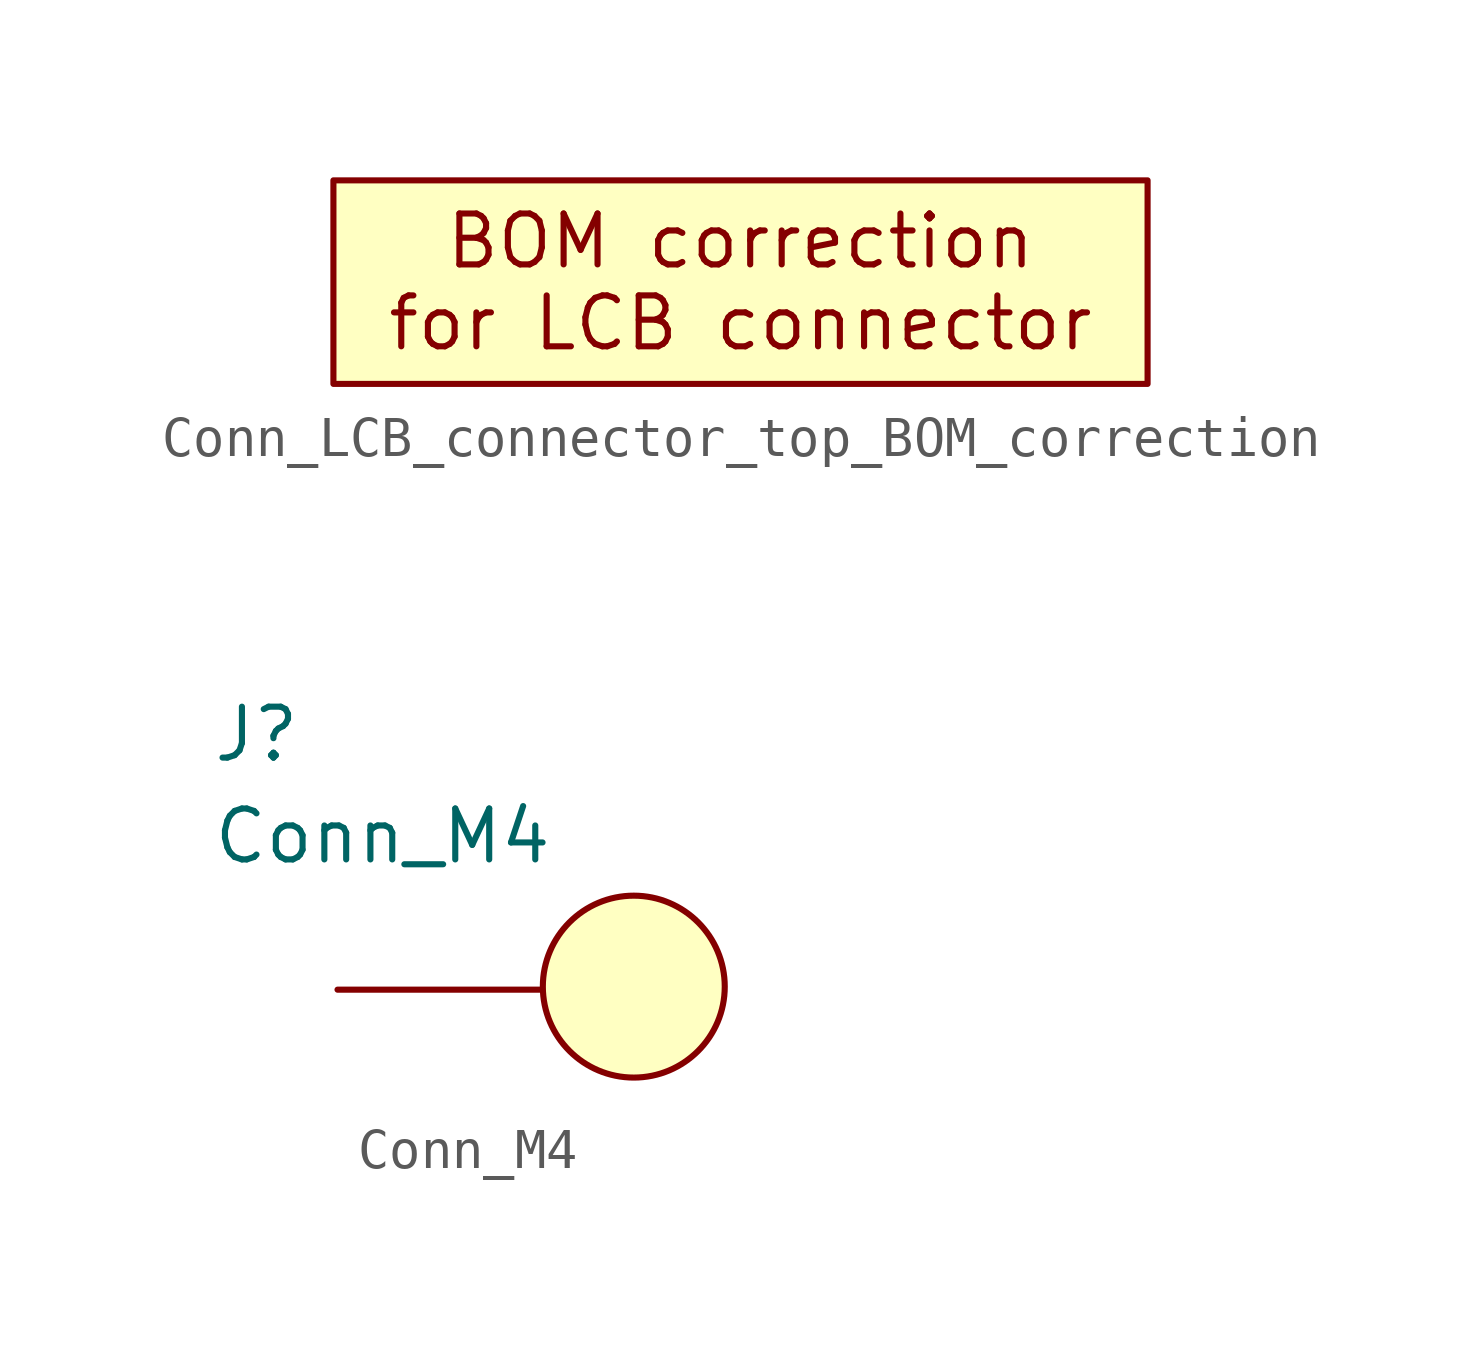
<source format=kicad_sym>
(kicad_symbol_lib
  (version 20220914)
  (generator kicad_symbol_editor)
  (symbol "Conn_LCB_connector_top_BOM_correction"
    (property "Reference" "J"
      (at -8.89 3.81 0)
      (effects (font (size 1.27 1.27)) hide))
    (symbol "Conn_LCB_connector_top_BOM_correction_1_1"
      (rectangle (start -10.16 2.54) (end 10.16 -2.54) (stroke (width 0) (type default)) (fill (type background)))
      (text "BOM correction\nfor LCB connector" (at 0 0 0) (effects (font (size 1.27 1.27))))))
  (symbol "Conn_M4"
    (pin_numbers hide)
    (pin_names hide)
    (property "Reference" "J"
      (at -3.15 7.112 0)
      (effects (font (size 1.27 1.27)) (justify left top)))
    (property "Value" "Conn_M4"
      (at -3.15 4.572 0)
      (effects (font (size 1.27 1.27)) (justify left top)))
    (symbol "Conn_M4_1_1"
      (circle (center 7.391 0.076) (radius 2.269) (stroke (width 0) (type default)) (fill (type background)))
      (pin passive line (at 0 0 0) (length 5.08) (name "1" (effects (font (size 1.27 1.27)))) (number "1" (effects (font (size 1.27 1.27))))))))
</source>
